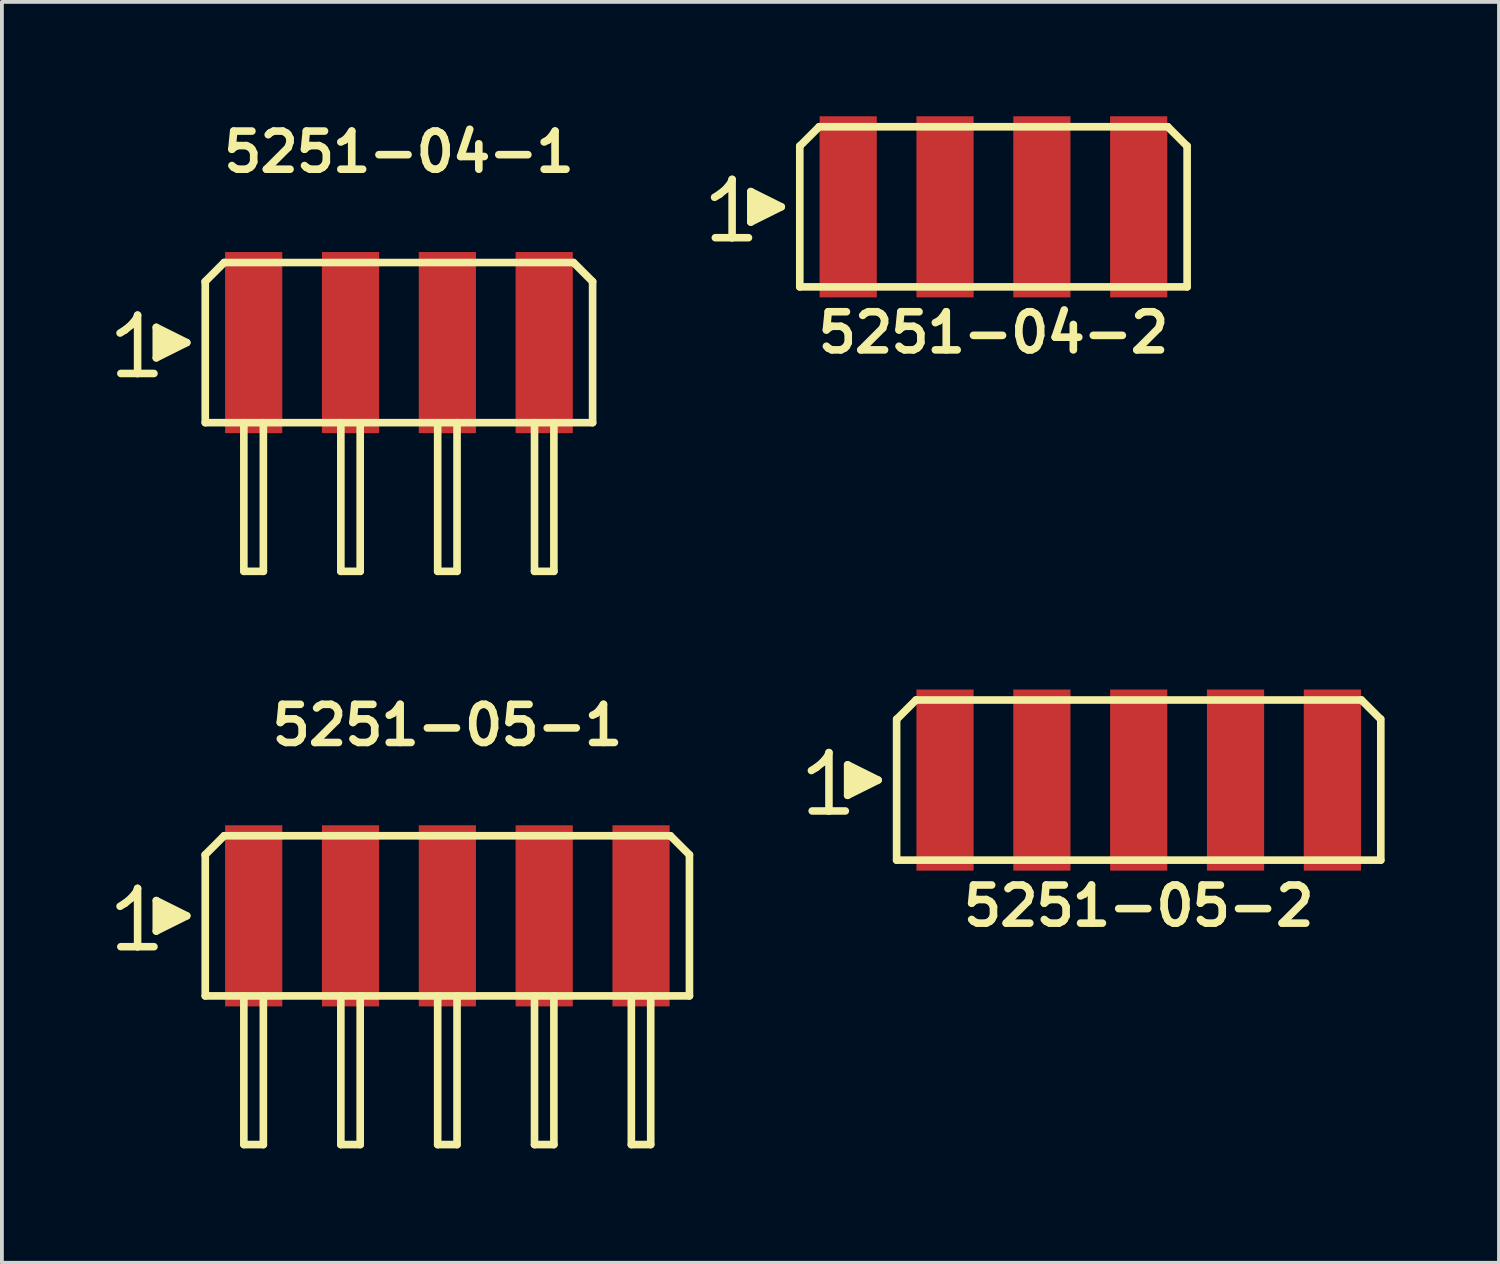
<source format=kicad_pcb>
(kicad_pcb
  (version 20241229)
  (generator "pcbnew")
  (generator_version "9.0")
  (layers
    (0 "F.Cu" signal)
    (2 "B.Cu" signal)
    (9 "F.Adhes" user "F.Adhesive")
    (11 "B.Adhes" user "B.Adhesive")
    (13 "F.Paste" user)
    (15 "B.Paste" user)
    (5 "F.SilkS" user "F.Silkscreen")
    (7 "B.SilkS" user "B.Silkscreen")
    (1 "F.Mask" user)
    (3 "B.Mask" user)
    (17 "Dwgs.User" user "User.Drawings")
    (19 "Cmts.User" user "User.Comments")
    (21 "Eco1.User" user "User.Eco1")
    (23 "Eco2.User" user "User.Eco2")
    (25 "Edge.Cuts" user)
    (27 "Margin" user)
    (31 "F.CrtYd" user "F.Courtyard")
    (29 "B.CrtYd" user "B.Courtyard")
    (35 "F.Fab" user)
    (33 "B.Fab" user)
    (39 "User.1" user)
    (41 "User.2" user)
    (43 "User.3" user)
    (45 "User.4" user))
  (footprint "5251-04-2"
    (layer "F.Cu")
    (at 23.008 2.375)
    (property "Reference" "5251-04-2" (at 0 3.3 0) (layer "F.SilkS") (effects (font (size 1 1) (thickness 0.2))))
    (attr through_hole)
    (fp_line (start -7.315 -0.25) (end -7.185 -0.33) (stroke (width 0.198) (type solid)) (layer "F.SilkS"))
    (fp_line (start -7.185 -0.33) (end -7.025 -0.46) (stroke (width 0.198) (type solid)) (layer "F.SilkS"))
    (fp_line (start -7.025 -0.46) (end -6.885 -0.63) (stroke (width 0.198) (type solid)) (layer "F.SilkS"))
    (fp_line (start -6.885 -0.63) (end -6.855 -0.72) (stroke (width 0.198) (type solid)) (layer "F.SilkS"))
    (fp_line (start -6.855 -0.72) (end -6.855 0.81) (stroke (width 0.198) (type solid)) (layer "F.SilkS"))
    (fp_line (start -6.855 0.81) (end -7.295 0.81) (stroke (width 0.198) (type solid)) (layer "F.SilkS"))
    (fp_line (start -6.425 0.81) (end -6.865 0.81) (stroke (width 0.198) (type solid)) (layer "F.SilkS"))
    (fp_line (start -6.365 -0.4) (end -5.565 0) (stroke (width 0.198) (type solid)) (layer "F.SilkS"))
    (fp_line (start -6.365 0.4) (end -6.365 -0.4) (stroke (width 0.198) (type solid)) (layer "F.SilkS"))
    (fp_line (start -6.265 0.3) (end -6.265 -0.3) (stroke (width 0.198) (type solid)) (layer "F.SilkS"))
    (fp_line (start -6.165 -0.2) (end -6.165 0.2) (stroke (width 0.198) (type solid)) (layer "F.SilkS"))
    (fp_line (start -6.065 0.2) (end -6.065 -0.2) (stroke (width 0.198) (type solid)) (layer "F.SilkS"))
    (fp_line (start -5.965 -0.1) (end -5.965 0.1) (stroke (width 0.198) (type solid)) (layer "F.SilkS"))
    (fp_line (start -5.865 0.1) (end -5.865 -0.1) (stroke (width 0.198) (type solid)) (layer "F.SilkS"))
    (fp_line (start -5.565 0) (end -6.365 0.4) (stroke (width 0.198) (type solid)) (layer "F.SilkS"))
    (fp_line (start -5.08 2.1) (end -5.08 -1.6) (stroke (width 0.2) (type solid)) (layer "F.SilkS"))
    (fp_line (start -5.072 -1.6) (end -4.572 -2.1) (stroke (width 0.2) (type solid)) (layer "F.SilkS"))
    (fp_line (start -4.572 -2.1) (end 4.572 -2.1) (stroke (width 0.2) (type solid)) (layer "F.SilkS"))
    (fp_line (start 4.572 -2.1) (end 5.072 -1.6) (stroke (width 0.2) (type solid)) (layer "F.SilkS"))
    (fp_line (start 5.08 -1.6) (end 5.08 2.1) (stroke (width 0.2) (type solid)) (layer "F.SilkS"))
    (fp_line (start 5.08 2.1) (end -5.08 2.1) (stroke (width 0.2) (type solid)) (layer "F.SilkS"))
    (pad "1" smd rect (at -3.81 0) (size 1.5 4.75) (layers "F.Cu" "F.Mask" "F.Paste"))
    (pad "2" smd rect (at -1.27 0) (size 1.5 4.75) (layers "F.Cu" "F.Mask" "F.Paste"))
    (pad "3" smd rect (at 1.27 0) (size 1.5 4.75) (layers "F.Cu" "F.Mask" "F.Paste"))
    (pad "4" smd rect (at 3.81 0) (size 1.5 4.75) (layers "F.Cu" "F.Mask" "F.Paste")))
  (footprint "5251-05-2"
    (layer "F.Cu")
    (at 26.818 17.411)
    (property "Reference" "5251-05-2" (at 0 3.3 0) (layer "F.SilkS") (effects (font (size 1 1) (thickness 0.2))))
    (attr through_hole)
    (fp_line (start -8.585 -0.25) (end -8.455 -0.33) (stroke (width 0.198) (type solid)) (layer "F.SilkS"))
    (fp_line (start -8.455 -0.33) (end -8.295 -0.46) (stroke (width 0.198) (type solid)) (layer "F.SilkS"))
    (fp_line (start -8.295 -0.46) (end -8.155 -0.63) (stroke (width 0.198) (type solid)) (layer "F.SilkS"))
    (fp_line (start -8.155 -0.63) (end -8.125 -0.72) (stroke (width 0.198) (type solid)) (layer "F.SilkS"))
    (fp_line (start -8.125 -0.72) (end -8.125 0.81) (stroke (width 0.198) (type solid)) (layer "F.SilkS"))
    (fp_line (start -8.125 0.81) (end -8.565 0.81) (stroke (width 0.198) (type solid)) (layer "F.SilkS"))
    (fp_line (start -7.695 0.81) (end -8.135 0.81) (stroke (width 0.198) (type solid)) (layer "F.SilkS"))
    (fp_line (start -7.635 -0.4) (end -6.835 0) (stroke (width 0.198) (type solid)) (layer "F.SilkS"))
    (fp_line (start -7.635 0.4) (end -7.635 -0.4) (stroke (width 0.198) (type solid)) (layer "F.SilkS"))
    (fp_line (start -7.535 0.3) (end -7.535 -0.3) (stroke (width 0.198) (type solid)) (layer "F.SilkS"))
    (fp_line (start -7.435 -0.2) (end -7.435 0.2) (stroke (width 0.198) (type solid)) (layer "F.SilkS"))
    (fp_line (start -7.335 0.2) (end -7.335 -0.2) (stroke (width 0.198) (type solid)) (layer "F.SilkS"))
    (fp_line (start -7.235 -0.1) (end -7.235 0.1) (stroke (width 0.198) (type solid)) (layer "F.SilkS"))
    (fp_line (start -7.135 0.1) (end -7.135 -0.1) (stroke (width 0.198) (type solid)) (layer "F.SilkS"))
    (fp_line (start -6.835 0) (end -7.635 0.4) (stroke (width 0.198) (type solid)) (layer "F.SilkS"))
    (fp_line (start -6.35 2.1) (end -6.35 -1.6) (stroke (width 0.2) (type solid)) (layer "F.SilkS"))
    (fp_line (start -6.342 -1.6) (end -5.842 -2.1) (stroke (width 0.2) (type solid)) (layer "F.SilkS"))
    (fp_line (start -5.842 -2.1) (end 5.842 -2.1) (stroke (width 0.2) (type solid)) (layer "F.SilkS"))
    (fp_line (start 5.842 -2.1) (end 6.342 -1.6) (stroke (width 0.2) (type solid)) (layer "F.SilkS"))
    (fp_line (start 6.35 -1.6) (end 6.35 2.1) (stroke (width 0.2) (type solid)) (layer "F.SilkS"))
    (fp_line (start 6.35 2.1) (end -6.35 2.1) (stroke (width 0.2) (type solid)) (layer "F.SilkS"))
    (pad "1" smd rect (at -5.08 0) (size 1.5 4.75) (layers "F.Cu" "F.Mask" "F.Paste"))
    (pad "2" smd rect (at -2.54 0) (size 1.5 4.75) (layers "F.Cu" "F.Mask" "F.Paste"))
    (pad "3" smd rect (at 0 0) (size 1.5 4.75) (layers "F.Cu" "F.Mask" "F.Paste"))
    (pad "4" smd rect (at 2.54 0) (size 1.5 4.75) (layers "F.Cu" "F.Mask" "F.Paste"))
    (pad "5" smd rect (at 5.08 0) (size 1.5 4.75) (layers "F.Cu" "F.Mask" "F.Paste")))
  (footprint "5251-04-1"
    (layer "F.Cu")
    (at 7.414 5.936)
    (property "Reference" "5251-04-1" (at 0 -5 0) (layer "F.SilkS") (effects (font (size 1 1) (thickness 0.2))))
    (attr through_hole)
    (fp_line (start -7.315 -0.25) (end -7.185 -0.33) (stroke (width 0.198) (type solid)) (layer "F.SilkS"))
    (fp_line (start -7.185 -0.33) (end -7.025 -0.46) (stroke (width 0.198) (type solid)) (layer "F.SilkS"))
    (fp_line (start -7.025 -0.46) (end -6.885 -0.63) (stroke (width 0.198) (type solid)) (layer "F.SilkS"))
    (fp_line (start -6.885 -0.63) (end -6.855 -0.72) (stroke (width 0.198) (type solid)) (layer "F.SilkS"))
    (fp_line (start -6.855 -0.72) (end -6.855 0.81) (stroke (width 0.198) (type solid)) (layer "F.SilkS"))
    (fp_line (start -6.855 0.81) (end -7.295 0.81) (stroke (width 0.198) (type solid)) (layer "F.SilkS"))
    (fp_line (start -6.425 0.81) (end -6.865 0.81) (stroke (width 0.198) (type solid)) (layer "F.SilkS"))
    (fp_line (start -6.365 -0.4) (end -5.565 0) (stroke (width 0.198) (type solid)) (layer "F.SilkS"))
    (fp_line (start -6.365 0.4) (end -6.365 -0.4) (stroke (width 0.198) (type solid)) (layer "F.SilkS"))
    (fp_line (start -6.265 0.3) (end -6.265 -0.3) (stroke (width 0.198) (type solid)) (layer "F.SilkS"))
    (fp_line (start -6.165 -0.2) (end -6.165 0.2) (stroke (width 0.198) (type solid)) (layer "F.SilkS"))
    (fp_line (start -6.065 0.2) (end -6.065 -0.2) (stroke (width 0.198) (type solid)) (layer "F.SilkS"))
    (fp_line (start -5.965 -0.1) (end -5.965 0.1) (stroke (width 0.198) (type solid)) (layer "F.SilkS"))
    (fp_line (start -5.865 0.1) (end -5.865 -0.1) (stroke (width 0.198) (type solid)) (layer "F.SilkS"))
    (fp_line (start -5.565 0) (end -6.365 0.4) (stroke (width 0.198) (type solid)) (layer "F.SilkS"))
    (fp_line (start -5.084 -1.6) (end -4.584 -2.1) (stroke (width 0.2) (type solid)) (layer "F.SilkS"))
    (fp_line (start -5.08 2.1) (end -5.08 -1.6) (stroke (width 0.2) (type solid)) (layer "F.SilkS"))
    (fp_line (start -4.584 -2.1) (end 4.572 -2.1) (stroke (width 0.2) (type solid)) (layer "F.SilkS"))
    (fp_line (start -4.068 2.1) (end -4.068 6) (stroke (width 0.2) (type solid)) (layer "F.SilkS"))
    (fp_line (start -4.064 6) (end -3.556 6) (stroke (width 0.2) (type solid)) (layer "F.SilkS"))
    (fp_line (start -3.556 6) (end -3.556 2.1) (stroke (width 0.2) (type solid)) (layer "F.SilkS"))
    (fp_line (start -1.524 2.1) (end -1.524 6) (stroke (width 0.2) (type solid)) (layer "F.SilkS"))
    (fp_line (start -1.524 6) (end -1.016 6) (stroke (width 0.2) (type solid)) (layer "F.SilkS"))
    (fp_line (start -1.016 6) (end -1.016 2.1) (stroke (width 0.2) (type solid)) (layer "F.SilkS"))
    (fp_line (start 1.016 2.1) (end 1.016 6) (stroke (width 0.2) (type solid)) (layer "F.SilkS"))
    (fp_line (start 1.016 6) (end 1.524 6) (stroke (width 0.2) (type solid)) (layer "F.SilkS"))
    (fp_line (start 1.524 6) (end 1.524 2.1) (stroke (width 0.2) (type solid)) (layer "F.SilkS"))
    (fp_line (start 3.556 2.1) (end 3.556 6) (stroke (width 0.2) (type solid)) (layer "F.SilkS"))
    (fp_line (start 3.556 6) (end 4.064 6) (stroke (width 0.2) (type solid)) (layer "F.SilkS"))
    (fp_line (start 4.064 6) (end 4.064 2.1) (stroke (width 0.2) (type solid)) (layer "F.SilkS"))
    (fp_line (start 4.58 -2.1) (end 5.08 -1.6) (stroke (width 0.2) (type solid)) (layer "F.SilkS"))
    (fp_line (start 5.08 -1.6) (end 5.08 2.1) (stroke (width 0.2) (type solid)) (layer "F.SilkS"))
    (fp_line (start 5.08 2.1) (end -5.08 2.1) (stroke (width 0.2) (type solid)) (layer "F.SilkS"))
    (pad "1" smd rect (at -3.81 0) (size 1.5 4.75) (layers "F.Cu" "F.Mask" "F.Paste"))
    (pad "2" smd rect (at -1.27 0) (size 1.5 4.75) (layers "F.Cu" "F.Mask" "F.Paste"))
    (pad "3" smd rect (at 1.27 0) (size 1.5 4.75) (layers "F.Cu" "F.Mask" "F.Paste"))
    (pad "4" smd rect (at 3.81 0) (size 1.5 4.75) (layers "F.Cu" "F.Mask" "F.Paste")))
  (footprint "5251-05-1"
    (layer "F.Cu")
    (at 8.684 20.972)
    (property "Reference" "5251-05-1" (at 0 -5 0) (layer "F.SilkS") (effects (font (size 1 1) (thickness 0.2))))
    (attr through_hole)
    (fp_line (start -8.585 -0.25) (end -8.455 -0.33) (stroke (width 0.198) (type solid)) (layer "F.SilkS"))
    (fp_line (start -8.455 -0.33) (end -8.295 -0.46) (stroke (width 0.198) (type solid)) (layer "F.SilkS"))
    (fp_line (start -8.295 -0.46) (end -8.155 -0.63) (stroke (width 0.198) (type solid)) (layer "F.SilkS"))
    (fp_line (start -8.155 -0.63) (end -8.125 -0.72) (stroke (width 0.198) (type solid)) (layer "F.SilkS"))
    (fp_line (start -8.125 -0.72) (end -8.125 0.81) (stroke (width 0.198) (type solid)) (layer "F.SilkS"))
    (fp_line (start -8.125 0.81) (end -8.565 0.81) (stroke (width 0.198) (type solid)) (layer "F.SilkS"))
    (fp_line (start -7.695 0.81) (end -8.135 0.81) (stroke (width 0.198) (type solid)) (layer "F.SilkS"))
    (fp_line (start -7.635 -0.4) (end -6.835 0) (stroke (width 0.198) (type solid)) (layer "F.SilkS"))
    (fp_line (start -7.635 0.4) (end -7.635 -0.4) (stroke (width 0.198) (type solid)) (layer "F.SilkS"))
    (fp_line (start -7.535 0.3) (end -7.535 -0.3) (stroke (width 0.198) (type solid)) (layer "F.SilkS"))
    (fp_line (start -7.435 -0.2) (end -7.435 0.2) (stroke (width 0.198) (type solid)) (layer "F.SilkS"))
    (fp_line (start -7.335 0.2) (end -7.335 -0.2) (stroke (width 0.198) (type solid)) (layer "F.SilkS"))
    (fp_line (start -7.235 -0.1) (end -7.235 0.1) (stroke (width 0.198) (type solid)) (layer "F.SilkS"))
    (fp_line (start -7.135 0.1) (end -7.135 -0.1) (stroke (width 0.198) (type solid)) (layer "F.SilkS"))
    (fp_line (start -6.835 0) (end -7.635 0.4) (stroke (width 0.198) (type solid)) (layer "F.SilkS"))
    (fp_line (start -6.354 -1.6) (end -5.854 -2.1) (stroke (width 0.2) (type solid)) (layer "F.SilkS"))
    (fp_line (start -6.35 2.1) (end -6.35 -1.6) (stroke (width 0.2) (type solid)) (layer "F.SilkS"))
    (fp_line (start -5.854 -2.1) (end 5.85 -2.1) (stroke (width 0.2) (type solid)) (layer "F.SilkS"))
    (fp_line (start -5.338 2.1) (end -5.338 6) (stroke (width 0.2) (type solid)) (layer "F.SilkS"))
    (fp_line (start -5.334 6) (end -4.826 6) (stroke (width 0.2) (type solid)) (layer "F.SilkS"))
    (fp_line (start -4.826 6) (end -4.826 2.1) (stroke (width 0.2) (type solid)) (layer "F.SilkS"))
    (fp_line (start -2.794 2.1) (end -2.794 6) (stroke (width 0.2) (type solid)) (layer "F.SilkS"))
    (fp_line (start -2.794 6) (end -2.286 6) (stroke (width 0.2) (type solid)) (layer "F.SilkS"))
    (fp_line (start -2.286 6) (end -2.286 2.1) (stroke (width 0.2) (type solid)) (layer "F.SilkS"))
    (fp_line (start -0.254 2.1) (end -0.254 6) (stroke (width 0.2) (type solid)) (layer "F.SilkS"))
    (fp_line (start -0.254 6) (end 0.254 6) (stroke (width 0.2) (type solid)) (layer "F.SilkS"))
    (fp_line (start 0.254 6) (end 0.254 2.1) (stroke (width 0.2) (type solid)) (layer "F.SilkS"))
    (fp_line (start 2.286 2.1) (end 2.286 6) (stroke (width 0.2) (type solid)) (layer "F.SilkS"))
    (fp_line (start 2.286 6) (end 2.794 6) (stroke (width 0.2) (type solid)) (layer "F.SilkS"))
    (fp_line (start 2.794 6) (end 2.794 2.1) (stroke (width 0.2) (type solid)) (layer "F.SilkS"))
    (fp_line (start 4.826 2.1) (end 4.826 6) (stroke (width 0.2) (type solid)) (layer "F.SilkS"))
    (fp_line (start 4.826 6) (end 5.334 6) (stroke (width 0.2) (type solid)) (layer "F.SilkS"))
    (fp_line (start 5.334 6) (end 5.334 2.1) (stroke (width 0.2) (type solid)) (layer "F.SilkS"))
    (fp_line (start 5.85 -2.1) (end 6.35 -1.6) (stroke (width 0.2) (type solid)) (layer "F.SilkS"))
    (fp_line (start 6.35 -1.6) (end 6.35 2.1) (stroke (width 0.2) (type solid)) (layer "F.SilkS"))
    (fp_line (start 6.35 2.1) (end -6.35 2.1) (stroke (width 0.2) (type solid)) (layer "F.SilkS"))
    (pad "1" smd rect (at -5.08 0) (size 1.5 4.75) (layers "F.Cu" "F.Mask" "F.Paste"))
    (pad "2" smd rect (at -2.54 0) (size 1.5 4.75) (layers "F.Cu" "F.Mask" "F.Paste"))
    (pad "3" smd rect (at 0 0) (size 1.5 4.75) (layers "F.Cu" "F.Mask" "F.Paste"))
    (pad "4" smd rect (at 2.54 0) (size 1.5 4.75) (layers "F.Cu" "F.Mask" "F.Paste"))
    (pad "5" smd rect (at 5.08 0) (size 1.5 4.75) (layers "F.Cu" "F.Mask" "F.Paste")))
  (gr_rect
    (start -3 -3)
    (end 36.268 30.072)
    (stroke (width 0.1) (type default))
    (fill no)
    (layer "Edge.Cuts")))
</source>
